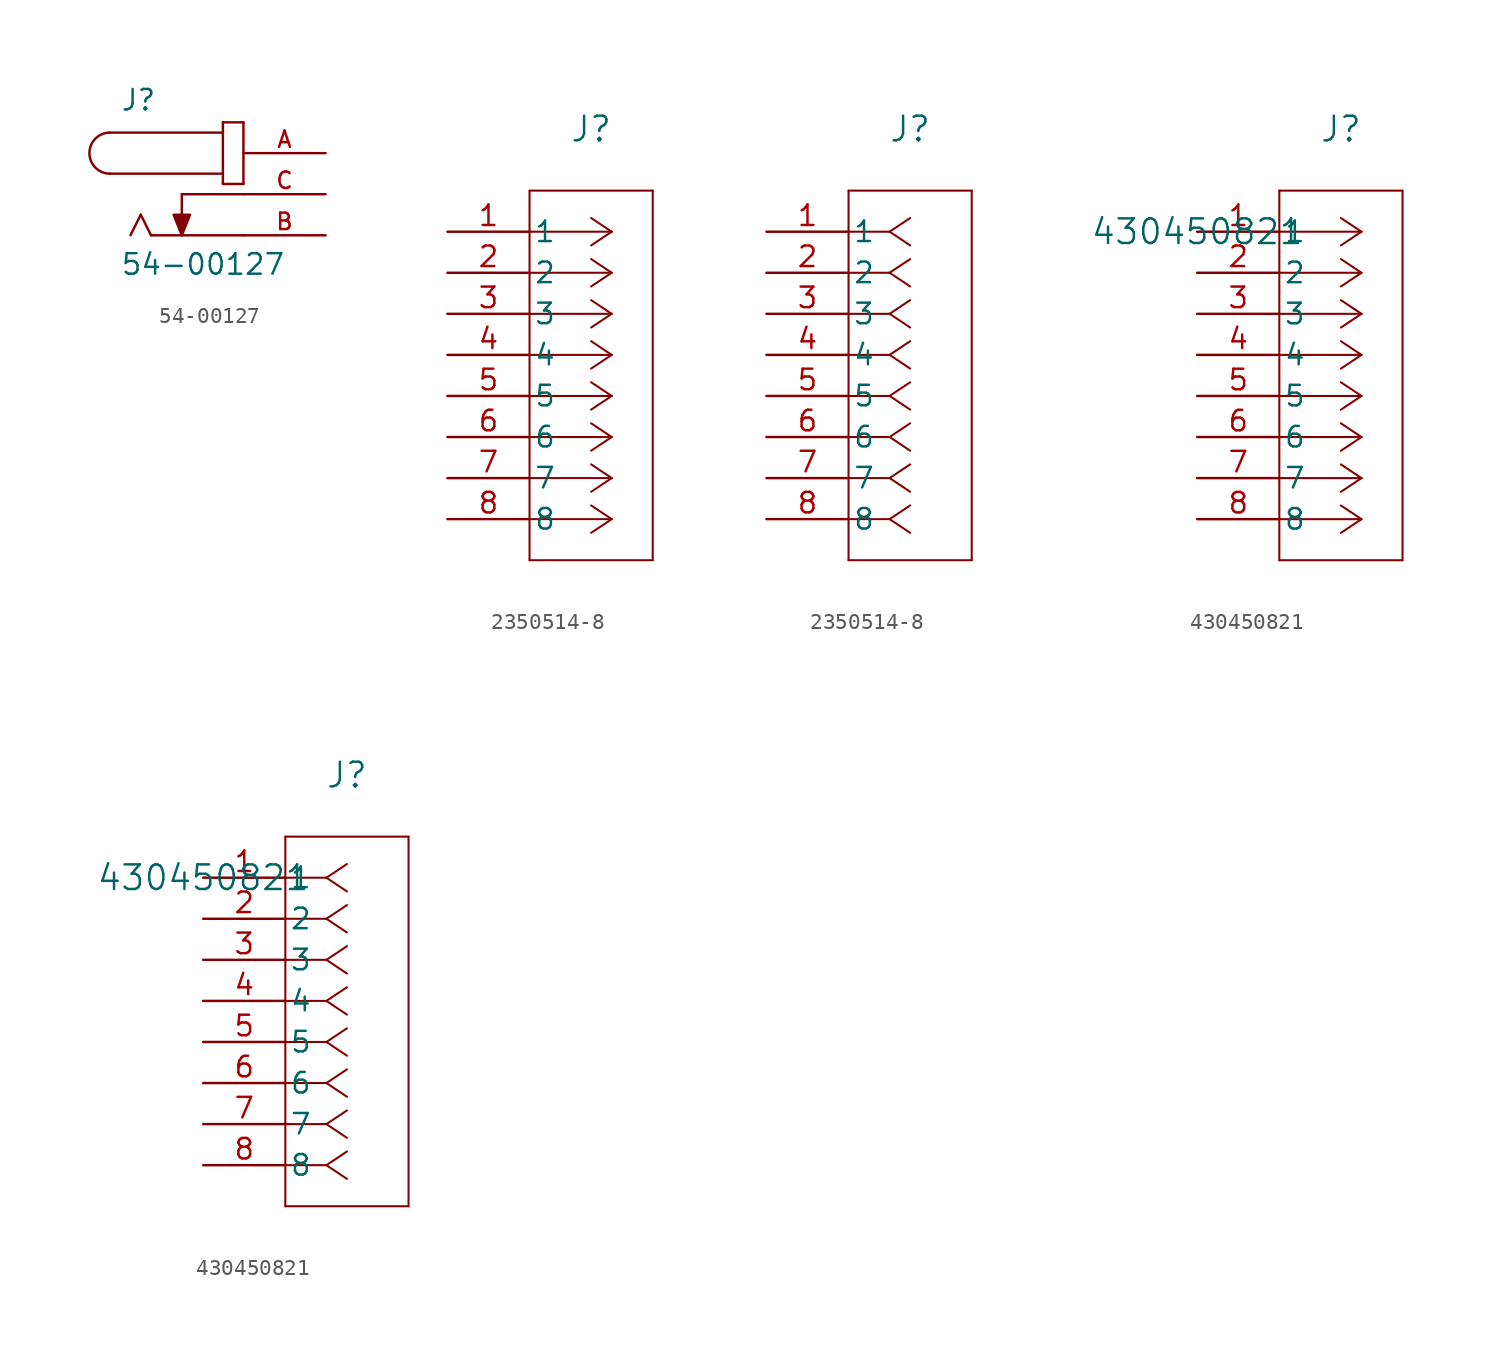
<source format=kicad_sym>
(kicad_symbol_lib
  (version 20241209)
  (generator "kicad_symbol_editor")
  (generator_version "9.0")
  (symbol "54-00127"
    (pin_names
      (offset 1.016))
    (property "Reference" "J"
      (at -7.62 5.08 0)
      (effects (font (size 1.27 1.27)) (justify left bottom)))
    (property "Value" "54-00127"
      (at -7.62 -5.08 0)
      (effects (font (size 1.27 1.27)) (justify left bottom)))
    (symbol "54-00127_0_0"
      (polyline (pts (xy -8.255 3.81) (xy -1.27 3.81)) (stroke (width 0.152) (type default)) (fill (type none)))
      (arc (start -8.255 1.27) (mid -9.5194 2.54) (end -8.255 3.81) (stroke (width 0.1524) (type default)) (fill (type none)))
      (polyline (pts (xy -6.35 -1.27) (xy -6.985 -2.54)) (stroke (width 0.152) (type default)) (fill (type none)))
      (polyline (pts (xy -5.715 -2.54) (xy -6.35 -1.27)) (stroke (width 0.152) (type default)) (fill (type none)))
      (polyline (pts (xy -3.81 0) (xy -3.81 -2.54)) (stroke (width 0.152) (type default)) (fill (type none)))
      (polyline (pts (xy -3.81 -2.54) (xy -4.318 -1.27) (xy -3.302 -1.27) (xy -3.81 -2.54)) (stroke (width 0.152) (type default)) (fill (type outline)))
      (polyline (pts (xy -1.27 4.445) (xy -1.27 3.81)) (stroke (width 0.152) (type default)) (fill (type none)))
      (polyline (pts (xy -1.27 3.81) (xy -1.27 1.27)) (stroke (width 0.152) (type default)) (fill (type none)))
      (polyline (pts (xy -1.27 1.27) (xy -8.255 1.27)) (stroke (width 0.152) (type default)) (fill (type none)))
      (polyline (pts (xy -1.27 1.27) (xy -1.27 0.635)) (stroke (width 0.152) (type default)) (fill (type none)))
      (polyline (pts (xy -1.27 0.635) (xy 0 0.635)) (stroke (width 0.152) (type default)) (fill (type none)))
      (polyline (pts (xy 0 4.445) (xy -1.27 4.445)) (stroke (width 0.152) (type default)) (fill (type none)))
      (polyline (pts (xy 0 0.635) (xy 0 4.445)) (stroke (width 0.152) (type default)) (fill (type none)))
      (polyline (pts (xy 0 0) (xy -3.81 0)) (stroke (width 0.152) (type default)) (fill (type none)))
      (polyline (pts (xy 0 -2.54) (xy -5.715 -2.54)) (stroke (width 0.152) (type default)) (fill (type none)))
      (pin passive line (at 5.08 2.54 180) (length 5.08) (name "~" (effects (font (size 1.016 1.016)))) (number "A" (effects (font (size 1.016 1.016)))))
      (pin passive line (at 5.08 0 180) (length 5.08) (name "~" (effects (font (size 1.016 1.016)))) (number "C" (effects (font (size 1.016 1.016)))))
      (pin passive line (at 5.08 -2.54 180) (length 5.08) (name "~" (effects (font (size 1.016 1.016)))) (number "B" (effects (font (size 1.016 1.016)))))))
  (symbol "2350514-8"
    (pin_names
      (offset 0.254))
    (property "Reference" "J"
      (at 8.89 6.35 0)
      (effects (font (size 1.524 1.524))))
    (symbol "2350514-8_1_1"
      (polyline (pts (xy 5.08 2.54) (xy 5.08 -20.32)) (stroke (width 0.127) (type default)) (fill (type none)))
      (polyline (pts (xy 5.08 -20.32) (xy 12.7 -20.32)) (stroke (width 0.127) (type default)) (fill (type none)))
      (polyline (pts (xy 10.16 0) (xy 5.08 0)) (stroke (width 0.127) (type default)) (fill (type none)))
      (polyline (pts (xy 10.16 0) (xy 8.89 0.847)) (stroke (width 0.127) (type default)) (fill (type none)))
      (polyline (pts (xy 10.16 0) (xy 8.89 -0.847)) (stroke (width 0.127) (type default)) (fill (type none)))
      (polyline (pts (xy 10.16 -2.54) (xy 5.08 -2.54)) (stroke (width 0.127) (type default)) (fill (type none)))
      (polyline (pts (xy 10.16 -2.54) (xy 8.89 -1.693)) (stroke (width 0.127) (type default)) (fill (type none)))
      (polyline (pts (xy 10.16 -2.54) (xy 8.89 -3.387)) (stroke (width 0.127) (type default)) (fill (type none)))
      (polyline (pts (xy 10.16 -5.08) (xy 5.08 -5.08)) (stroke (width 0.127) (type default)) (fill (type none)))
      (polyline (pts (xy 10.16 -5.08) (xy 8.89 -4.233)) (stroke (width 0.127) (type default)) (fill (type none)))
      (polyline (pts (xy 10.16 -5.08) (xy 8.89 -5.927)) (stroke (width 0.127) (type default)) (fill (type none)))
      (polyline (pts (xy 10.16 -7.62) (xy 5.08 -7.62)) (stroke (width 0.127) (type default)) (fill (type none)))
      (polyline (pts (xy 10.16 -7.62) (xy 8.89 -6.773)) (stroke (width 0.127) (type default)) (fill (type none)))
      (polyline (pts (xy 10.16 -7.62) (xy 8.89 -8.467)) (stroke (width 0.127) (type default)) (fill (type none)))
      (polyline (pts (xy 10.16 -10.16) (xy 5.08 -10.16)) (stroke (width 0.127) (type default)) (fill (type none)))
      (polyline (pts (xy 10.16 -10.16) (xy 8.89 -9.313)) (stroke (width 0.127) (type default)) (fill (type none)))
      (polyline (pts (xy 10.16 -10.16) (xy 8.89 -11.007)) (stroke (width 0.127) (type default)) (fill (type none)))
      (polyline (pts (xy 10.16 -12.7) (xy 5.08 -12.7)) (stroke (width 0.127) (type default)) (fill (type none)))
      (polyline (pts (xy 10.16 -12.7) (xy 8.89 -11.853)) (stroke (width 0.127) (type default)) (fill (type none)))
      (polyline (pts (xy 10.16 -12.7) (xy 8.89 -13.547)) (stroke (width 0.127) (type default)) (fill (type none)))
      (polyline (pts (xy 10.16 -15.24) (xy 5.08 -15.24)) (stroke (width 0.127) (type default)) (fill (type none)))
      (polyline (pts (xy 10.16 -15.24) (xy 8.89 -14.393)) (stroke (width 0.127) (type default)) (fill (type none)))
      (polyline (pts (xy 10.16 -15.24) (xy 8.89 -16.087)) (stroke (width 0.127) (type default)) (fill (type none)))
      (polyline (pts (xy 10.16 -17.78) (xy 5.08 -17.78)) (stroke (width 0.127) (type default)) (fill (type none)))
      (polyline (pts (xy 10.16 -17.78) (xy 8.89 -16.933)) (stroke (width 0.127) (type default)) (fill (type none)))
      (polyline (pts (xy 10.16 -17.78) (xy 8.89 -18.627)) (stroke (width 0.127) (type default)) (fill (type none)))
      (polyline (pts (xy 12.7 2.54) (xy 5.08 2.54)) (stroke (width 0.127) (type default)) (fill (type none)))
      (polyline (pts (xy 12.7 -20.32) (xy 12.7 2.54)) (stroke (width 0.127) (type default)) (fill (type none)))
      (pin unspecified line (at 0 0 0) (length 5.08) (name "1" (effects (font (size 1.27 1.27)))) (number "1" (effects (font (size 1.27 1.27)))))
      (pin unspecified line (at 0 -2.54 0) (length 5.08) (name "2" (effects (font (size 1.27 1.27)))) (number "2" (effects (font (size 1.27 1.27)))))
      (pin unspecified line (at 0 -5.08 0) (length 5.08) (name "3" (effects (font (size 1.27 1.27)))) (number "3" (effects (font (size 1.27 1.27)))))
      (pin unspecified line (at 0 -7.62 0) (length 5.08) (name "4" (effects (font (size 1.27 1.27)))) (number "4" (effects (font (size 1.27 1.27)))))
      (pin unspecified line (at 0 -10.16 0) (length 5.08) (name "5" (effects (font (size 1.27 1.27)))) (number "5" (effects (font (size 1.27 1.27)))))
      (pin unspecified line (at 0 -12.7 0) (length 5.08) (name "6" (effects (font (size 1.27 1.27)))) (number "6" (effects (font (size 1.27 1.27)))))
      (pin unspecified line (at 0 -15.24 0) (length 5.08) (name "7" (effects (font (size 1.27 1.27)))) (number "7" (effects (font (size 1.27 1.27)))))
      (pin unspecified line (at 0 -17.78 0) (length 5.08) (name "8" (effects (font (size 1.27 1.27)))) (number "8" (effects (font (size 1.27 1.27))))))
    (symbol "2350514-8_1_2"
      (polyline (pts (xy 5.08 2.54) (xy 5.08 -20.32)) (stroke (width 0.127) (type default)) (fill (type none)))
      (polyline (pts (xy 5.08 -20.32) (xy 12.7 -20.32)) (stroke (width 0.127) (type default)) (fill (type none)))
      (polyline (pts (xy 7.62 0) (xy 5.08 0)) (stroke (width 0.127) (type default)) (fill (type none)))
      (polyline (pts (xy 7.62 0) (xy 8.89 0.847)) (stroke (width 0.127) (type default)) (fill (type none)))
      (polyline (pts (xy 7.62 0) (xy 8.89 -0.847)) (stroke (width 0.127) (type default)) (fill (type none)))
      (polyline (pts (xy 7.62 -2.54) (xy 5.08 -2.54)) (stroke (width 0.127) (type default)) (fill (type none)))
      (polyline (pts (xy 7.62 -2.54) (xy 8.89 -1.693)) (stroke (width 0.127) (type default)) (fill (type none)))
      (polyline (pts (xy 7.62 -2.54) (xy 8.89 -3.387)) (stroke (width 0.127) (type default)) (fill (type none)))
      (polyline (pts (xy 7.62 -5.08) (xy 5.08 -5.08)) (stroke (width 0.127) (type default)) (fill (type none)))
      (polyline (pts (xy 7.62 -5.08) (xy 8.89 -4.233)) (stroke (width 0.127) (type default)) (fill (type none)))
      (polyline (pts (xy 7.62 -5.08) (xy 8.89 -5.927)) (stroke (width 0.127) (type default)) (fill (type none)))
      (polyline (pts (xy 7.62 -7.62) (xy 5.08 -7.62)) (stroke (width 0.127) (type default)) (fill (type none)))
      (polyline (pts (xy 7.62 -7.62) (xy 8.89 -6.773)) (stroke (width 0.127) (type default)) (fill (type none)))
      (polyline (pts (xy 7.62 -7.62) (xy 8.89 -8.467)) (stroke (width 0.127) (type default)) (fill (type none)))
      (polyline (pts (xy 7.62 -10.16) (xy 5.08 -10.16)) (stroke (width 0.127) (type default)) (fill (type none)))
      (polyline (pts (xy 7.62 -10.16) (xy 8.89 -9.313)) (stroke (width 0.127) (type default)) (fill (type none)))
      (polyline (pts (xy 7.62 -10.16) (xy 8.89 -11.007)) (stroke (width 0.127) (type default)) (fill (type none)))
      (polyline (pts (xy 7.62 -12.7) (xy 5.08 -12.7)) (stroke (width 0.127) (type default)) (fill (type none)))
      (polyline (pts (xy 7.62 -12.7) (xy 8.89 -11.853)) (stroke (width 0.127) (type default)) (fill (type none)))
      (polyline (pts (xy 7.62 -12.7) (xy 8.89 -13.547)) (stroke (width 0.127) (type default)) (fill (type none)))
      (polyline (pts (xy 7.62 -15.24) (xy 5.08 -15.24)) (stroke (width 0.127) (type default)) (fill (type none)))
      (polyline (pts (xy 7.62 -15.24) (xy 8.89 -14.393)) (stroke (width 0.127) (type default)) (fill (type none)))
      (polyline (pts (xy 7.62 -15.24) (xy 8.89 -16.087)) (stroke (width 0.127) (type default)) (fill (type none)))
      (polyline (pts (xy 7.62 -17.78) (xy 5.08 -17.78)) (stroke (width 0.127) (type default)) (fill (type none)))
      (polyline (pts (xy 7.62 -17.78) (xy 8.89 -16.933)) (stroke (width 0.127) (type default)) (fill (type none)))
      (polyline (pts (xy 7.62 -17.78) (xy 8.89 -18.627)) (stroke (width 0.127) (type default)) (fill (type none)))
      (polyline (pts (xy 12.7 2.54) (xy 5.08 2.54)) (stroke (width 0.127) (type default)) (fill (type none)))
      (polyline (pts (xy 12.7 -20.32) (xy 12.7 2.54)) (stroke (width 0.127) (type default)) (fill (type none)))
      (pin unspecified line (at 0 0 0) (length 5.08) (name "1" (effects (font (size 1.27 1.27)))) (number "1" (effects (font (size 1.27 1.27)))))
      (pin unspecified line (at 0 -2.54 0) (length 5.08) (name "2" (effects (font (size 1.27 1.27)))) (number "2" (effects (font (size 1.27 1.27)))))
      (pin unspecified line (at 0 -5.08 0) (length 5.08) (name "3" (effects (font (size 1.27 1.27)))) (number "3" (effects (font (size 1.27 1.27)))))
      (pin unspecified line (at 0 -7.62 0) (length 5.08) (name "4" (effects (font (size 1.27 1.27)))) (number "4" (effects (font (size 1.27 1.27)))))
      (pin unspecified line (at 0 -10.16 0) (length 5.08) (name "5" (effects (font (size 1.27 1.27)))) (number "5" (effects (font (size 1.27 1.27)))))
      (pin unspecified line (at 0 -12.7 0) (length 5.08) (name "6" (effects (font (size 1.27 1.27)))) (number "6" (effects (font (size 1.27 1.27)))))
      (pin unspecified line (at 0 -15.24 0) (length 5.08) (name "7" (effects (font (size 1.27 1.27)))) (number "7" (effects (font (size 1.27 1.27)))))
      (pin unspecified line (at 0 -17.78 0) (length 5.08) (name "8" (effects (font (size 1.27 1.27)))) (number "8" (effects (font (size 1.27 1.27)))))))
  (symbol "430450821"
    (pin_names
      (offset 0.254))
    (property "Reference" "J"
      (at 8.89 6.35 0)
      (effects (font (size 1.524 1.524))))
    (property "Value" "430450821"
      (at 0 0 0)
      (effects (font (size 1.524 1.524))))
    (symbol "430450821_1_1"
      (polyline (pts (xy 5.08 2.54) (xy 5.08 -20.32)) (stroke (width 0.127) (type default)) (fill (type none)))
      (polyline (pts (xy 5.08 -20.32) (xy 12.7 -20.32)) (stroke (width 0.127) (type default)) (fill (type none)))
      (polyline (pts (xy 10.16 0) (xy 5.08 0)) (stroke (width 0.127) (type default)) (fill (type none)))
      (polyline (pts (xy 10.16 0) (xy 8.89 0.847)) (stroke (width 0.127) (type default)) (fill (type none)))
      (polyline (pts (xy 10.16 0) (xy 8.89 -0.847)) (stroke (width 0.127) (type default)) (fill (type none)))
      (polyline (pts (xy 10.16 -2.54) (xy 5.08 -2.54)) (stroke (width 0.127) (type default)) (fill (type none)))
      (polyline (pts (xy 10.16 -2.54) (xy 8.89 -1.693)) (stroke (width 0.127) (type default)) (fill (type none)))
      (polyline (pts (xy 10.16 -2.54) (xy 8.89 -3.387)) (stroke (width 0.127) (type default)) (fill (type none)))
      (polyline (pts (xy 10.16 -5.08) (xy 5.08 -5.08)) (stroke (width 0.127) (type default)) (fill (type none)))
      (polyline (pts (xy 10.16 -5.08) (xy 8.89 -4.233)) (stroke (width 0.127) (type default)) (fill (type none)))
      (polyline (pts (xy 10.16 -5.08) (xy 8.89 -5.927)) (stroke (width 0.127) (type default)) (fill (type none)))
      (polyline (pts (xy 10.16 -7.62) (xy 5.08 -7.62)) (stroke (width 0.127) (type default)) (fill (type none)))
      (polyline (pts (xy 10.16 -7.62) (xy 8.89 -6.773)) (stroke (width 0.127) (type default)) (fill (type none)))
      (polyline (pts (xy 10.16 -7.62) (xy 8.89 -8.467)) (stroke (width 0.127) (type default)) (fill (type none)))
      (polyline (pts (xy 10.16 -10.16) (xy 5.08 -10.16)) (stroke (width 0.127) (type default)) (fill (type none)))
      (polyline (pts (xy 10.16 -10.16) (xy 8.89 -9.313)) (stroke (width 0.127) (type default)) (fill (type none)))
      (polyline (pts (xy 10.16 -10.16) (xy 8.89 -11.007)) (stroke (width 0.127) (type default)) (fill (type none)))
      (polyline (pts (xy 10.16 -12.7) (xy 5.08 -12.7)) (stroke (width 0.127) (type default)) (fill (type none)))
      (polyline (pts (xy 10.16 -12.7) (xy 8.89 -11.853)) (stroke (width 0.127) (type default)) (fill (type none)))
      (polyline (pts (xy 10.16 -12.7) (xy 8.89 -13.547)) (stroke (width 0.127) (type default)) (fill (type none)))
      (polyline (pts (xy 10.16 -15.24) (xy 5.08 -15.24)) (stroke (width 0.127) (type default)) (fill (type none)))
      (polyline (pts (xy 10.16 -15.24) (xy 8.89 -14.393)) (stroke (width 0.127) (type default)) (fill (type none)))
      (polyline (pts (xy 10.16 -15.24) (xy 8.89 -16.087)) (stroke (width 0.127) (type default)) (fill (type none)))
      (polyline (pts (xy 10.16 -17.78) (xy 5.08 -17.78)) (stroke (width 0.127) (type default)) (fill (type none)))
      (polyline (pts (xy 10.16 -17.78) (xy 8.89 -16.933)) (stroke (width 0.127) (type default)) (fill (type none)))
      (polyline (pts (xy 10.16 -17.78) (xy 8.89 -18.627)) (stroke (width 0.127) (type default)) (fill (type none)))
      (polyline (pts (xy 12.7 2.54) (xy 5.08 2.54)) (stroke (width 0.127) (type default)) (fill (type none)))
      (polyline (pts (xy 12.7 -20.32) (xy 12.7 2.54)) (stroke (width 0.127) (type default)) (fill (type none)))
      (pin unspecified line (at 0 0 0) (length 5.08) (name "1" (effects (font (size 1.27 1.27)))) (number "1" (effects (font (size 1.27 1.27)))))
      (pin unspecified line (at 0 -2.54 0) (length 5.08) (name "2" (effects (font (size 1.27 1.27)))) (number "2" (effects (font (size 1.27 1.27)))))
      (pin unspecified line (at 0 -5.08 0) (length 5.08) (name "3" (effects (font (size 1.27 1.27)))) (number "3" (effects (font (size 1.27 1.27)))))
      (pin unspecified line (at 0 -7.62 0) (length 5.08) (name "4" (effects (font (size 1.27 1.27)))) (number "4" (effects (font (size 1.27 1.27)))))
      (pin unspecified line (at 0 -10.16 0) (length 5.08) (name "5" (effects (font (size 1.27 1.27)))) (number "5" (effects (font (size 1.27 1.27)))))
      (pin unspecified line (at 0 -12.7 0) (length 5.08) (name "6" (effects (font (size 1.27 1.27)))) (number "6" (effects (font (size 1.27 1.27)))))
      (pin unspecified line (at 0 -15.24 0) (length 5.08) (name "7" (effects (font (size 1.27 1.27)))) (number "7" (effects (font (size 1.27 1.27)))))
      (pin unspecified line (at 0 -17.78 0) (length 5.08) (name "8" (effects (font (size 1.27 1.27)))) (number "8" (effects (font (size 1.27 1.27))))))
    (symbol "430450821_1_2"
      (polyline (pts (xy 5.08 2.54) (xy 5.08 -20.32)) (stroke (width 0.127) (type default)) (fill (type none)))
      (polyline (pts (xy 5.08 -20.32) (xy 12.7 -20.32)) (stroke (width 0.127) (type default)) (fill (type none)))
      (polyline (pts (xy 7.62 0) (xy 5.08 0)) (stroke (width 0.127) (type default)) (fill (type none)))
      (polyline (pts (xy 7.62 0) (xy 8.89 0.847)) (stroke (width 0.127) (type default)) (fill (type none)))
      (polyline (pts (xy 7.62 0) (xy 8.89 -0.847)) (stroke (width 0.127) (type default)) (fill (type none)))
      (polyline (pts (xy 7.62 -2.54) (xy 5.08 -2.54)) (stroke (width 0.127) (type default)) (fill (type none)))
      (polyline (pts (xy 7.62 -2.54) (xy 8.89 -1.693)) (stroke (width 0.127) (type default)) (fill (type none)))
      (polyline (pts (xy 7.62 -2.54) (xy 8.89 -3.387)) (stroke (width 0.127) (type default)) (fill (type none)))
      (polyline (pts (xy 7.62 -5.08) (xy 5.08 -5.08)) (stroke (width 0.127) (type default)) (fill (type none)))
      (polyline (pts (xy 7.62 -5.08) (xy 8.89 -4.233)) (stroke (width 0.127) (type default)) (fill (type none)))
      (polyline (pts (xy 7.62 -5.08) (xy 8.89 -5.927)) (stroke (width 0.127) (type default)) (fill (type none)))
      (polyline (pts (xy 7.62 -7.62) (xy 5.08 -7.62)) (stroke (width 0.127) (type default)) (fill (type none)))
      (polyline (pts (xy 7.62 -7.62) (xy 8.89 -6.773)) (stroke (width 0.127) (type default)) (fill (type none)))
      (polyline (pts (xy 7.62 -7.62) (xy 8.89 -8.467)) (stroke (width 0.127) (type default)) (fill (type none)))
      (polyline (pts (xy 7.62 -10.16) (xy 5.08 -10.16)) (stroke (width 0.127) (type default)) (fill (type none)))
      (polyline (pts (xy 7.62 -10.16) (xy 8.89 -9.313)) (stroke (width 0.127) (type default)) (fill (type none)))
      (polyline (pts (xy 7.62 -10.16) (xy 8.89 -11.007)) (stroke (width 0.127) (type default)) (fill (type none)))
      (polyline (pts (xy 7.62 -12.7) (xy 5.08 -12.7)) (stroke (width 0.127) (type default)) (fill (type none)))
      (polyline (pts (xy 7.62 -12.7) (xy 8.89 -11.853)) (stroke (width 0.127) (type default)) (fill (type none)))
      (polyline (pts (xy 7.62 -12.7) (xy 8.89 -13.547)) (stroke (width 0.127) (type default)) (fill (type none)))
      (polyline (pts (xy 7.62 -15.24) (xy 5.08 -15.24)) (stroke (width 0.127) (type default)) (fill (type none)))
      (polyline (pts (xy 7.62 -15.24) (xy 8.89 -14.393)) (stroke (width 0.127) (type default)) (fill (type none)))
      (polyline (pts (xy 7.62 -15.24) (xy 8.89 -16.087)) (stroke (width 0.127) (type default)) (fill (type none)))
      (polyline (pts (xy 7.62 -17.78) (xy 5.08 -17.78)) (stroke (width 0.127) (type default)) (fill (type none)))
      (polyline (pts (xy 7.62 -17.78) (xy 8.89 -16.933)) (stroke (width 0.127) (type default)) (fill (type none)))
      (polyline (pts (xy 7.62 -17.78) (xy 8.89 -18.627)) (stroke (width 0.127) (type default)) (fill (type none)))
      (polyline (pts (xy 12.7 2.54) (xy 5.08 2.54)) (stroke (width 0.127) (type default)) (fill (type none)))
      (polyline (pts (xy 12.7 -20.32) (xy 12.7 2.54)) (stroke (width 0.127) (type default)) (fill (type none)))
      (pin unspecified line (at 0 0 0) (length 5.08) (name "1" (effects (font (size 1.27 1.27)))) (number "1" (effects (font (size 1.27 1.27)))))
      (pin unspecified line (at 0 -2.54 0) (length 5.08) (name "2" (effects (font (size 1.27 1.27)))) (number "2" (effects (font (size 1.27 1.27)))))
      (pin unspecified line (at 0 -5.08 0) (length 5.08) (name "3" (effects (font (size 1.27 1.27)))) (number "3" (effects (font (size 1.27 1.27)))))
      (pin unspecified line (at 0 -7.62 0) (length 5.08) (name "4" (effects (font (size 1.27 1.27)))) (number "4" (effects (font (size 1.27 1.27)))))
      (pin unspecified line (at 0 -10.16 0) (length 5.08) (name "5" (effects (font (size 1.27 1.27)))) (number "5" (effects (font (size 1.27 1.27)))))
      (pin unspecified line (at 0 -12.7 0) (length 5.08) (name "6" (effects (font (size 1.27 1.27)))) (number "6" (effects (font (size 1.27 1.27)))))
      (pin unspecified line (at 0 -15.24 0) (length 5.08) (name "7" (effects (font (size 1.27 1.27)))) (number "7" (effects (font (size 1.27 1.27)))))
      (pin unspecified line (at 0 -17.78 0) (length 5.08) (name "8" (effects (font (size 1.27 1.27)))) (number "8" (effects (font (size 1.27 1.27))))))))
</source>
